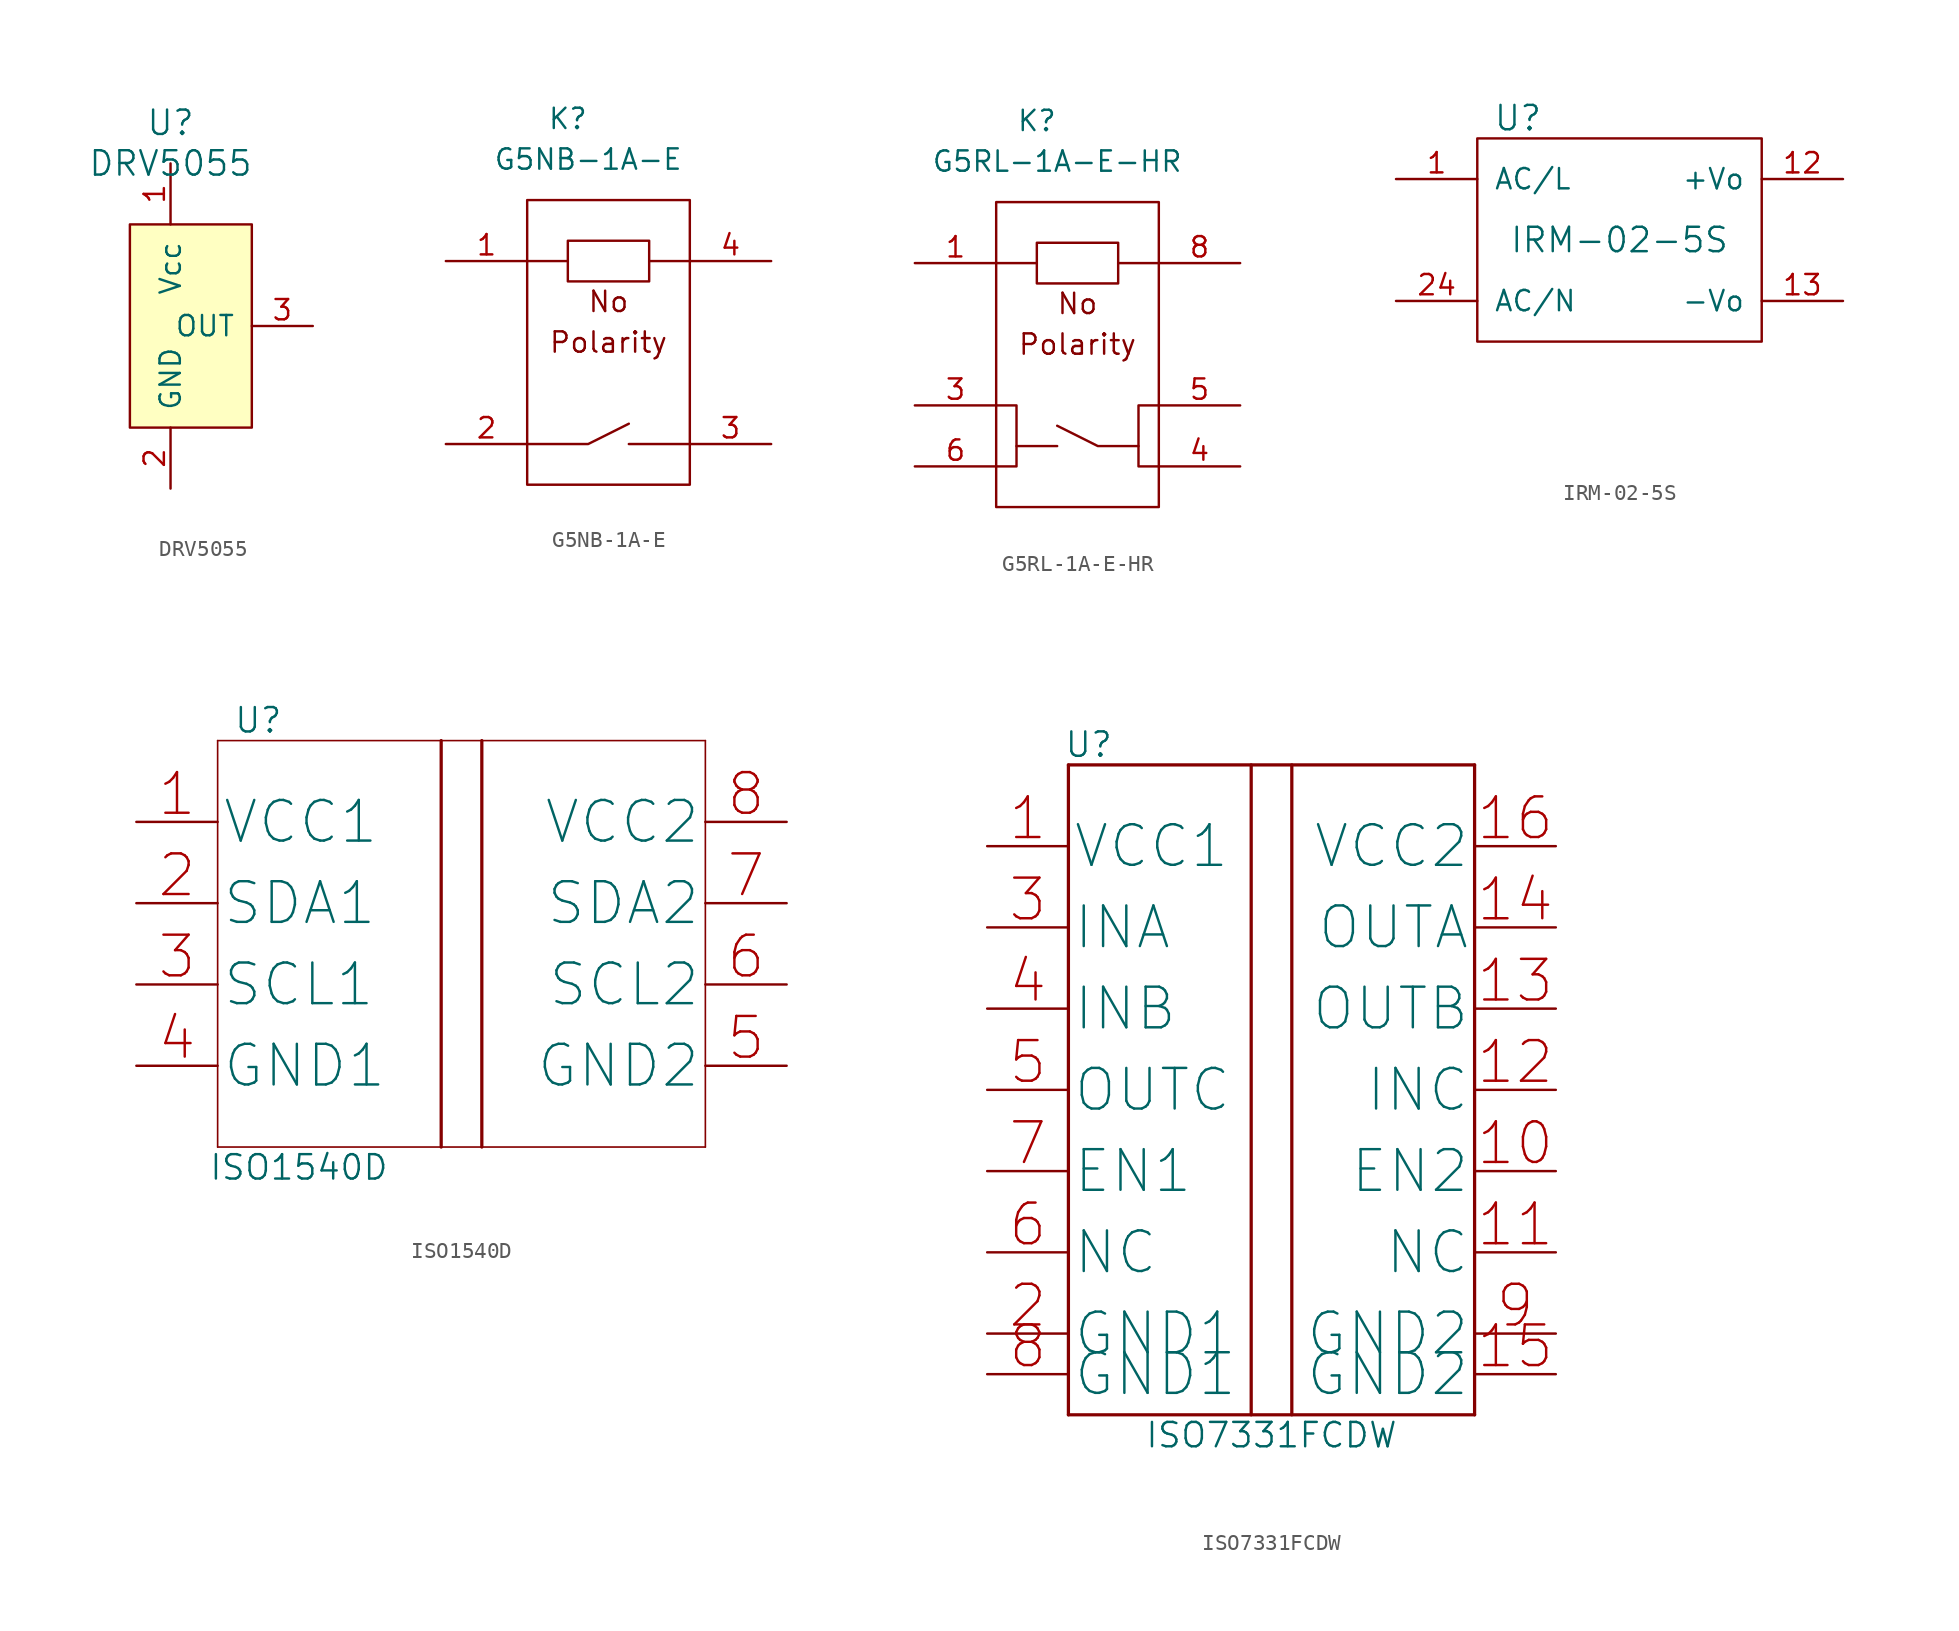
<source format=kicad_sym>
(kicad_symbol_lib
  (version 20211014)
  (generator kicad_symbol_editor)
  (symbol "DRV5055"
    (pin_names
      (offset 1.016))
    (property "Reference" "U"
      (at 0 12.7 0)
      (effects (font (size 1.524 1.524))))
    (property "Value" "DRV5055"
      (at 0 10.16 0)
      (effects (font (size 1.524 1.524))))
    (symbol "DRV5055_0_1"
      (rectangle (start -2.54 6.35) (end 5.08 -6.35) (stroke (width 0) (type default) (color 0 0 0 0)) (fill (type background))))
    (symbol "DRV5055_1_1"
      (pin power_in line (at 0 10.16 270) (length 3.81) (name "Vcc" (effects (font (size 1.27 1.27)))) (number "1" (effects (font (size 1.27 1.27)))))
      (pin power_in line (at 0 -10.16 90) (length 3.81) (name "GND" (effects (font (size 1.27 1.27)))) (number "2" (effects (font (size 1.27 1.27)))))
      (pin output line (at 8.89 0 180) (length 3.81) (name "OUT" (effects (font (size 1.27 1.27)))) (number "3" (effects (font (size 1.27 1.27)))))))
  (symbol "G5NB-1A-E"
    (property "Reference" "K"
      (at -2.54 16.51 0)
      (effects (font (size 1.27 1.27))))
    (property "Value" "G5NB-1A-E"
      (at -1.27 13.97 0)
      (effects (font (size 1.27 1.27))))
    (symbol "G5NB-1A-E_0_0"
      (text "No" (at 0 5.08 0) (effects (font (size 1.27 1.27))))
      (text "Polarity" (at 0 2.54 0) (effects (font (size 1.27 1.27)))))
    (symbol "G5NB-1A-E_0_1"
      (rectangle (start -5.08 11.43) (end 5.08 -6.35) (stroke (width 0.152) (type default) (color 0 0 0 0)) (fill (type none)))
      (rectangle (start -2.54 8.89) (end 2.54 6.35) (stroke (width 0.152) (type default) (color 0 0 0 0)) (fill (type none)))
      (polyline (pts (xy -2.54 7.62) (xy -5.08 7.62)) (stroke (width 0.152) (type default) (color 0 0 0 0)) (fill (type none)))
      (polyline (pts (xy 1.27 -3.81) (xy 5.08 -3.81)) (stroke (width 0.152) (type default) (color 0 0 0 0)) (fill (type none)))
      (polyline (pts (xy 5.08 7.62) (xy 2.54 7.62)) (stroke (width 0.152) (type default) (color 0 0 0 0)) (fill (type none)))
      (polyline (pts (xy -5.08 -3.81) (xy -2.54 -3.81) (xy -1.27 -3.81) (xy 1.27 -2.54)) (stroke (width 0.152) (type default) (color 0 0 0 0)) (fill (type none))))
    (symbol "G5NB-1A-E_1_1"
      (pin bidirectional line (at -10.16 7.62 0) (length 5.08) (name "" (effects (font (size 1.27 1.27)))) (number "1" (effects (font (size 1.27 1.27)))))
      (pin bidirectional line (at -10.16 -3.81 0) (length 5.08) (name "" (effects (font (size 1.27 1.27)))) (number "2" (effects (font (size 1.27 1.27)))))
      (pin bidirectional line (at 10.16 -3.81 180) (length 5.08) (name "" (effects (font (size 1.27 1.27)))) (number "3" (effects (font (size 1.27 1.27)))))
      (pin bidirectional line (at 10.16 7.62 180) (length 5.08) (name "" (effects (font (size 1.27 1.27)))) (number "4" (effects (font (size 1.27 1.27)))))))
  (symbol "G5RL-1A-E-HR"
    (property "Reference" "K"
      (at -2.54 16.51 0)
      (effects (font (size 1.27 1.27))))
    (property "Value" "G5RL-1A-E-HR"
      (at -1.27 13.97 0)
      (effects (font (size 1.27 1.27))))
    (symbol "G5RL-1A-E-HR_0_0"
      (text "No" (at 0 5.08 0) (effects (font (size 1.27 1.27))))
      (text "Polarity" (at 0 2.54 0) (effects (font (size 1.27 1.27)))))
    (symbol "G5RL-1A-E-HR_0_1"
      (rectangle (start -5.08 11.43) (end 5.08 -7.62) (stroke (width 0.152) (type default) (color 0 0 0 0)) (fill (type none)))
      (rectangle (start -2.54 8.89) (end 2.54 6.35) (stroke (width 0.152) (type default) (color 0 0 0 0)) (fill (type none)))
      (polyline (pts (xy -2.54 7.62) (xy -5.08 7.62)) (stroke (width 0.152) (type default) (color 0 0 0 0)) (fill (type none)))
      (polyline (pts (xy -1.27 -3.81) (xy -3.81 -3.81)) (stroke (width 0.152) (type default) (color 0 0 0 0)) (fill (type none)))
      (polyline (pts (xy 5.08 7.62) (xy 2.54 7.62)) (stroke (width 0.152) (type default) (color 0 0 0 0)) (fill (type none)))
      (polyline (pts (xy 3.81 -3.81) (xy 1.27 -3.81) (xy -1.27 -2.54)) (stroke (width 0.152) (type default) (color 0 0 0 0)) (fill (type none)))
      (polyline (pts (xy -5.08 -1.27) (xy -3.81 -1.27) (xy -3.81 -5.08) (xy -5.08 -5.08)) (stroke (width 0.152) (type default) (color 0 0 0 0)) (fill (type none)))
      (polyline (pts (xy 5.08 -1.27) (xy 3.81 -1.27) (xy 3.81 -5.08) (xy 5.08 -5.08) (xy 3.81 -5.08)) (stroke (width 0.152) (type default) (color 0 0 0 0)) (fill (type none))))
    (symbol "G5RL-1A-E-HR_1_1"
      (pin bidirectional line (at -10.16 7.62 0) (length 5.08) (name "" (effects (font (size 1.27 1.27)))) (number "1" (effects (font (size 1.27 1.27)))))
      (pin bidirectional line (at -10.16 -1.27 0) (length 5.08) (name "" (effects (font (size 1.27 1.27)))) (number "3" (effects (font (size 1.27 1.27)))))
      (pin bidirectional line (at 10.16 -5.08 180) (length 5.08) (name "" (effects (font (size 1.27 1.27)))) (number "4" (effects (font (size 1.27 1.27)))))
      (pin bidirectional line (at 10.16 -1.27 180) (length 5.08) (name "" (effects (font (size 1.27 1.27)))) (number "5" (effects (font (size 1.27 1.27)))))
      (pin bidirectional line (at -10.16 -5.08 0) (length 5.08) (name "" (effects (font (size 1.27 1.27)))) (number "6" (effects (font (size 1.27 1.27)))))
      (pin bidirectional line (at 10.16 7.62 180) (length 5.08) (name "" (effects (font (size 1.27 1.27)))) (number "8" (effects (font (size 1.27 1.27)))))))
  (symbol "IRM-02-5S"
    (pin_names
      (offset 1.016))
    (property "Reference" "U"
      (at -6.35 7.62 0)
      (effects (font (size 1.524 1.524))))
    (property "Value" "IRM-02-5S"
      (at 0 0 0)
      (effects (font (size 1.524 1.524))))
    (symbol "IRM-02-5S_0_1"
      (rectangle (start -8.89 6.35) (end 8.89 -6.35) (stroke (width 0) (type default) (color 0 0 0 0)) (fill (type none))))
    (symbol "IRM-02-5S_1_1"
      (pin power_in line (at -13.97 3.81 0) (length 5.08) (name "AC/L" (effects (font (size 1.27 1.27)))) (number "1" (effects (font (size 1.27 1.27)))))
      (pin no_connect line (at -5.08 -12.7 90) (length 5.08) hide (name "nc" (effects (font (size 1.27 1.27)))) (number "10" (effects (font (size 1.27 1.27)))))
      (pin no_connect line (at -3.81 -12.7 90) (length 5.08) hide (name "nc" (effects (font (size 1.27 1.27)))) (number "11" (effects (font (size 1.27 1.27)))))
      (pin power_out line (at 13.97 3.81 180) (length 5.08) (name "+Vo" (effects (font (size 1.27 1.27)))) (number "12" (effects (font (size 1.27 1.27)))))
      (pin power_out line (at 13.97 -3.81 180) (length 5.08) (name "-Vo" (effects (font (size 1.27 1.27)))) (number "13" (effects (font (size 1.27 1.27)))))
      (pin no_connect line (at -2.54 -12.7 90) (length 5.08) hide (name "nc" (effects (font (size 1.27 1.27)))) (number "14" (effects (font (size 1.27 1.27)))))
      (pin no_connect line (at -1.27 -12.7 90) (length 5.08) hide (name "nc" (effects (font (size 1.27 1.27)))) (number "15" (effects (font (size 1.27 1.27)))))
      (pin no_connect line (at 0 -12.7 90) (length 5.08) hide (name "nc" (effects (font (size 1.27 1.27)))) (number "16" (effects (font (size 1.27 1.27)))))
      (pin no_connect line (at 1.27 -12.7 90) (length 5.08) hide (name "nc" (effects (font (size 1.27 1.27)))) (number "20" (effects (font (size 1.27 1.27)))))
      (pin no_connect line (at 2.54 -12.7 90) (length 5.08) hide (name "nc" (effects (font (size 1.27 1.27)))) (number "22" (effects (font (size 1.27 1.27)))))
      (pin power_in line (at -13.97 -3.81 0) (length 5.08) (name "AC/N" (effects (font (size 1.27 1.27)))) (number "24" (effects (font (size 1.27 1.27)))))
      (pin no_connect line (at -8.89 -12.7 90) (length 5.08) hide (name "nc" (effects (font (size 1.27 1.27)))) (number "3" (effects (font (size 1.27 1.27)))))
      (pin no_connect line (at -7.62 -12.7 90) (length 5.08) hide (name "nc" (effects (font (size 1.27 1.27)))) (number "5" (effects (font (size 1.27 1.27)))))
      (pin no_connect line (at -6.35 -12.7 90) (length 5.08) hide (name "nc" (effects (font (size 1.27 1.27)))) (number "9" (effects (font (size 1.27 1.27)))))))
  (symbol "ISO1540D"
    (pin_names
      (offset 0.254))
    (property "Reference" "U"
      (at -12.7 13.97 0)
      (effects (font (size 1.524 1.524))))
    (property "Value" "ISO1540D"
      (at -10.16 -13.97 0)
      (effects (font (size 1.524 1.524))))
    (property "Datasheet" ""
      (at 0 0 0)
      (effects (font (size 1.524 1.524))))
    (symbol "ISO1540D_0_0"
      (polyline (pts (xy -15.24 -12.7) (xy 15.24 -12.7)) (stroke (width 0.102) (type default) (color 0 0 0 0)) (fill (type none)))
      (polyline (pts (xy -15.24 12.7) (xy -15.24 -12.7)) (stroke (width 0.102) (type default) (color 0 0 0 0)) (fill (type none)))
      (polyline (pts (xy -1.27 -12.7) (xy -1.27 12.7)) (stroke (width 0.203) (type default) (color 0 0 0 0)) (fill (type none)))
      (polyline (pts (xy 1.27 12.7) (xy 1.27 -12.7)) (stroke (width 0.203) (type default) (color 0 0 0 0)) (fill (type none)))
      (polyline (pts (xy 15.24 -12.7) (xy 15.24 12.7)) (stroke (width 0.102) (type default) (color 0 0 0 0)) (fill (type none)))
      (polyline (pts (xy 15.24 12.7) (xy -15.24 12.7)) (stroke (width 0.102) (type default) (color 0 0 0 0)) (fill (type none))))
    (symbol "ISO1540D_1_0"
      (pin power_in line (at -20.32 7.62 0) (length 5.08) (name "VCC1" (effects (font (size 2.54 2.54)))) (number "1" (effects (font (size 2.54 2.54)))))
      (pin bidirectional line (at -20.32 2.54 0) (length 5.08) (name "SDA1" (effects (font (size 2.54 2.54)))) (number "2" (effects (font (size 2.54 2.54)))))
      (pin bidirectional line (at -20.32 -2.54 0) (length 5.08) (name "SCL1" (effects (font (size 2.54 2.54)))) (number "3" (effects (font (size 2.54 2.54)))))
      (pin power_in line (at -20.32 -7.62 0) (length 5.08) (name "GND1" (effects (font (size 2.54 2.54)))) (number "4" (effects (font (size 2.54 2.54)))))
      (pin power_in line (at 20.32 -7.62 180) (length 5.08) (name "GND2" (effects (font (size 2.54 2.54)))) (number "5" (effects (font (size 2.54 2.54)))))
      (pin bidirectional line (at 20.32 -2.54 180) (length 5.08) (name "SCL2" (effects (font (size 2.54 2.54)))) (number "6" (effects (font (size 2.54 2.54)))))
      (pin bidirectional line (at 20.32 2.54 180) (length 5.08) (name "SDA2" (effects (font (size 2.54 2.54)))) (number "7" (effects (font (size 2.54 2.54)))))
      (pin power_in line (at 20.32 7.62 180) (length 5.08) (name "VCC2" (effects (font (size 2.54 2.54)))) (number "8" (effects (font (size 2.54 2.54)))))))
  (symbol "ISO7331FCDW"
    (pin_names
      (offset 0.254))
    (property "Reference" "U"
      (at -11.43 21.59 0)
      (effects (font (size 1.524 1.524))))
    (property "Value" "ISO7331FCDW"
      (at 0 -21.59 0)
      (effects (font (size 1.524 1.524))))
    (property "Datasheet" ""
      (at 0 0 0)
      (effects (font (size 1.524 1.524))))
    (symbol "ISO7331FCDW_0_0"
      (polyline (pts (xy -12.7 -20.32) (xy 12.7 -20.32)) (stroke (width 0.203) (type default) (color 0 0 0 0)) (fill (type none)))
      (polyline (pts (xy -12.7 20.32) (xy -12.7 -20.32)) (stroke (width 0.203) (type default) (color 0 0 0 0)) (fill (type none)))
      (polyline (pts (xy -1.27 -20.32) (xy -1.27 20.32)) (stroke (width 0.203) (type default) (color 0 0 0 0)) (fill (type none)))
      (polyline (pts (xy 1.27 -20.32) (xy 1.27 20.32)) (stroke (width 0.203) (type default) (color 0 0 0 0)) (fill (type none)))
      (polyline (pts (xy 12.7 -20.32) (xy 12.7 20.32)) (stroke (width 0.203) (type default) (color 0 0 0 0)) (fill (type none)))
      (polyline (pts (xy 12.7 20.32) (xy -12.7 20.32)) (stroke (width 0.203) (type default) (color 0 0 0 0)) (fill (type none))))
    (symbol "ISO7331FCDW_1_0"
      (pin unspecified line (at -17.78 15.24 0) (length 5.08) (name "VCC1" (effects (font (size 2.54 2.54)))) (number "1" (effects (font (size 2.54 2.54)))))
      (pin unspecified line (at 17.78 -5.08 180) (length 5.08) (name "EN2" (effects (font (size 2.54 2.54)))) (number "10" (effects (font (size 2.54 2.54)))))
      (pin unspecified line (at 17.78 -10.16 180) (length 5.08) (name "NC" (effects (font (size 2.54 2.54)))) (number "11" (effects (font (size 2.54 2.54)))))
      (pin unspecified line (at 17.78 0 180) (length 5.08) (name "INC" (effects (font (size 2.54 2.54)))) (number "12" (effects (font (size 2.54 2.54)))))
      (pin unspecified line (at 17.78 5.08 180) (length 5.08) (name "OUTB" (effects (font (size 2.54 2.54)))) (number "13" (effects (font (size 2.54 2.54)))))
      (pin unspecified line (at 17.78 10.16 180) (length 5.08) (name "OUTA" (effects (font (size 2.54 2.54)))) (number "14" (effects (font (size 2.54 2.54)))))
      (pin unspecified line (at 17.78 -17.78 180) (length 5.08) (name "GND2" (effects (font (size 2.54 2.54)))) (number "15" (effects (font (size 2.54 2.54)))))
      (pin unspecified line (at 17.78 15.24 180) (length 5.08) (name "VCC2" (effects (font (size 2.54 2.54)))) (number "16" (effects (font (size 2.54 2.54)))))
      (pin unspecified line (at -17.78 -15.24 0) (length 5.08) (name "GND1" (effects (font (size 2.54 2.54)))) (number "2" (effects (font (size 2.54 2.54)))))
      (pin unspecified line (at -17.78 10.16 0) (length 5.08) (name "INA" (effects (font (size 2.54 2.54)))) (number "3" (effects (font (size 2.54 2.54)))))
      (pin unspecified line (at -17.78 5.08 0) (length 5.08) (name "INB" (effects (font (size 2.54 2.54)))) (number "4" (effects (font (size 2.54 2.54)))))
      (pin unspecified line (at -17.78 0 0) (length 5.08) (name "OUTC" (effects (font (size 2.54 2.54)))) (number "5" (effects (font (size 2.54 2.54)))))
      (pin unspecified line (at -17.78 -10.16 0) (length 5.08) (name "NC" (effects (font (size 2.54 2.54)))) (number "6" (effects (font (size 2.54 2.54)))))
      (pin unspecified line (at -17.78 -5.08 0) (length 5.08) (name "EN1" (effects (font (size 2.54 2.54)))) (number "7" (effects (font (size 2.54 2.54)))))
      (pin unspecified line (at -17.78 -17.78 0) (length 5.08) (name "GND1" (effects (font (size 2.54 2.54)))) (number "8" (effects (font (size 2.54 2.54)))))
      (pin unspecified line (at 17.78 -15.24 180) (length 5.08) (name "GND2" (effects (font (size 2.54 2.54)))) (number "9" (effects (font (size 2.54 2.54))))))))
</source>
